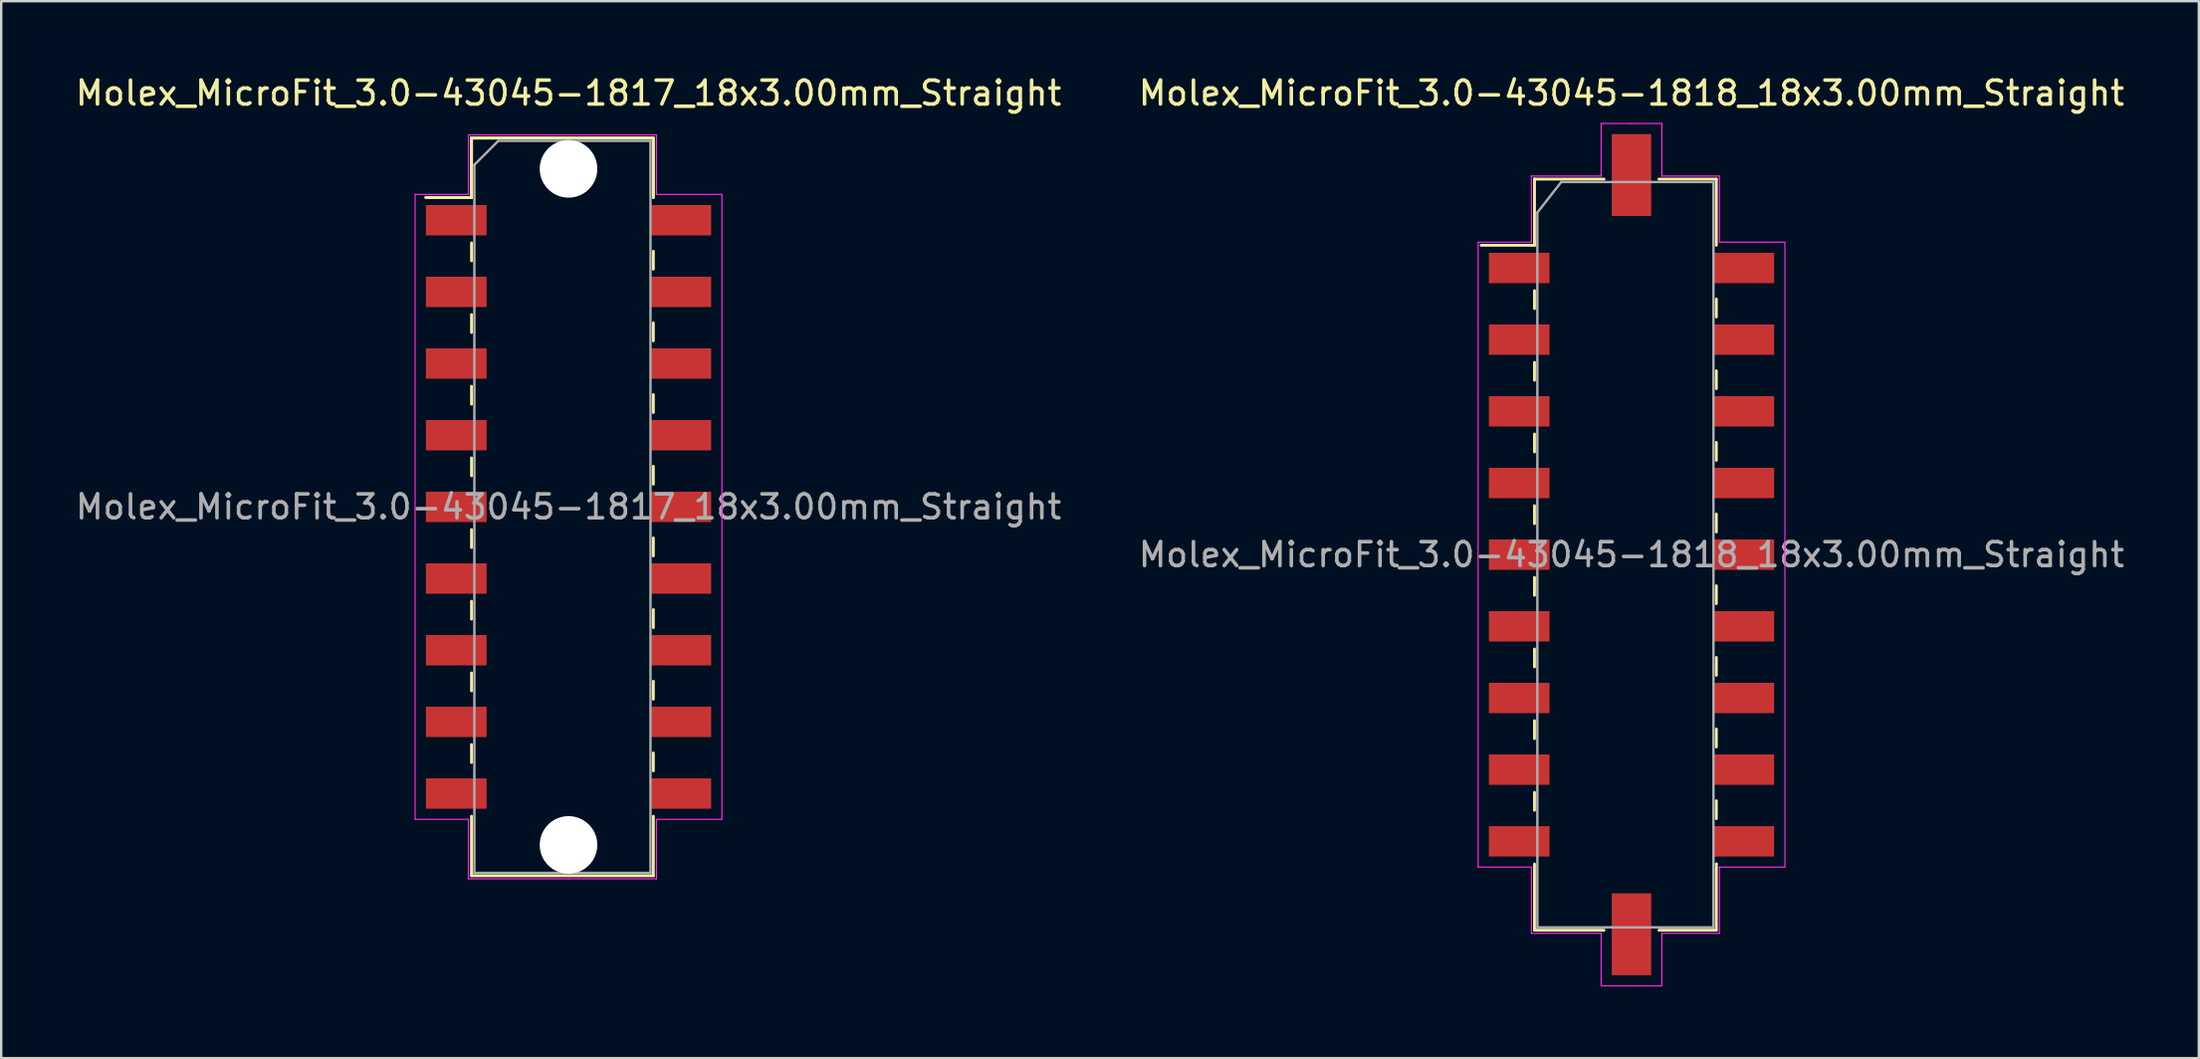
<source format=kicad_pcb>
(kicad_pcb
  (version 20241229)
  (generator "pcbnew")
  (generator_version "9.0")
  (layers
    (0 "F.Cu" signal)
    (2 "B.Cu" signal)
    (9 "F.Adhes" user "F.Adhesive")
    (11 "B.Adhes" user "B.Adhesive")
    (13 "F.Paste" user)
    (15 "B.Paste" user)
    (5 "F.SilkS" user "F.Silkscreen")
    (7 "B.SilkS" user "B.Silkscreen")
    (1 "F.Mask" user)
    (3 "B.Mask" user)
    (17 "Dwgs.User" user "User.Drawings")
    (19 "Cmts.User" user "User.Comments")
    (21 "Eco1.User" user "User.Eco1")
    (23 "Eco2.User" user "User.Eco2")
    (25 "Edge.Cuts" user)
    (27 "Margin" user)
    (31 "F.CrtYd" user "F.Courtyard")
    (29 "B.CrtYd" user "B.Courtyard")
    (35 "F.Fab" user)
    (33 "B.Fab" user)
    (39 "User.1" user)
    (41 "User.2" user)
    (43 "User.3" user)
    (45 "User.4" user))
  (footprint "Molex_MicroFit_3.0-43045-1817_18x3.00mm_Straight"
    (layer "F.Cu")
    (at 20.744 18.168)
    (property "Reference" "Molex_MicroFit_3.0-43045-1817_18x3.00mm_Straight" (at 0 -17.32 0) (layer "F.SilkS") (effects (font (size 1 1) (thickness 0.15))))
    (attr smd)
    (fp_line (start -5.97 -12.95) (end -4.06 -12.95) (stroke (width 0.12) (type solid)) (layer "F.SilkS"))
    (fp_line (start -5.97 -12.95) (end -4.06 -12.95) (stroke (width 0.12) (type solid)) (layer "F.SilkS"))
    (fp_line (start -4.06 -15.44) (end 3.55 -15.44) (stroke (width 0.12) (type solid)) (layer "F.SilkS"))
    (fp_line (start -4.06 -15.44) (end 3.55 -15.44) (stroke (width 0.12) (type solid)) (layer "F.SilkS"))
    (fp_line (start -4.06 -12.95) (end -4.06 -15.44) (stroke (width 0.12) (type solid)) (layer "F.SilkS"))
    (fp_line (start -4.06 -12.95) (end -4.06 -15.44) (stroke (width 0.12) (type solid)) (layer "F.SilkS"))
    (fp_line (start -4.06 -11.05) (end -4.06 -10.3) (stroke (width 0.12) (type solid)) (layer "F.SilkS"))
    (fp_line (start -4.06 -8.05) (end -4.06 -7.3) (stroke (width 0.12) (type solid)) (layer "F.SilkS"))
    (fp_line (start -4.06 -5.05) (end -4.06 -4.3) (stroke (width 0.12) (type solid)) (layer "F.SilkS"))
    (fp_line (start -4.06 -2.05) (end -4.06 -1.3) (stroke (width 0.12) (type solid)) (layer "F.SilkS"))
    (fp_line (start -4.06 0.95) (end -4.06 1.7) (stroke (width 0.12) (type solid)) (layer "F.SilkS"))
    (fp_line (start -4.06 3.95) (end -4.06 4.7) (stroke (width 0.12) (type solid)) (layer "F.SilkS"))
    (fp_line (start -4.06 6.95) (end -4.06 7.7) (stroke (width 0.12) (type solid)) (layer "F.SilkS"))
    (fp_line (start -4.06 9.95) (end -4.06 10.7) (stroke (width 0.12) (type solid)) (layer "F.SilkS"))
    (fp_line (start -4.06 15.44) (end -4.06 12.95) (stroke (width 0.12) (type solid)) (layer "F.SilkS"))
    (fp_line (start 3.55 -15.44) (end 3.55 -12.95) (stroke (width 0.12) (type solid)) (layer "F.SilkS"))
    (fp_line (start 3.55 -15.44) (end 3.55 -12.95) (stroke (width 0.12) (type solid)) (layer "F.SilkS"))
    (fp_line (start 3.55 -9.95) (end 3.55 -10.7) (stroke (width 0.12) (type solid)) (layer "F.SilkS"))
    (fp_line (start 3.55 -6.95) (end 3.55 -7.7) (stroke (width 0.12) (type solid)) (layer "F.SilkS"))
    (fp_line (start 3.55 -3.95) (end 3.55 -4.7) (stroke (width 0.12) (type solid)) (layer "F.SilkS"))
    (fp_line (start 3.55 -0.95) (end 3.55 -1.7) (stroke (width 0.12) (type solid)) (layer "F.SilkS"))
    (fp_line (start 3.55 2.05) (end 3.55 1.3) (stroke (width 0.12) (type solid)) (layer "F.SilkS"))
    (fp_line (start 3.55 5.05) (end 3.55 4.3) (stroke (width 0.12) (type solid)) (layer "F.SilkS"))
    (fp_line (start 3.55 8.05) (end 3.55 7.3) (stroke (width 0.12) (type solid)) (layer "F.SilkS"))
    (fp_line (start 3.55 11.05) (end 3.55 10.3) (stroke (width 0.12) (type solid)) (layer "F.SilkS"))
    (fp_line (start 3.55 12.95) (end 3.55 15.44) (stroke (width 0.12) (type solid)) (layer "F.SilkS"))
    (fp_line (start 3.55 15.44) (end -4.06 15.44) (stroke (width 0.12) (type solid)) (layer "F.SilkS"))
    (fp_line (start -6.42 -13.08) (end -4.19 -13.08) (stroke (width 0.05) (type solid)) (layer "F.CrtYd"))
    (fp_line (start -6.42 13.08) (end -6.42 -13.08) (stroke (width 0.05) (type solid)) (layer "F.CrtYd"))
    (fp_line (start -4.19 -15.57) (end 0 -15.57) (stroke (width 0.05) (type solid)) (layer "F.CrtYd"))
    (fp_line (start -4.19 -13.08) (end -4.19 -15.57) (stroke (width 0.05) (type solid)) (layer "F.CrtYd"))
    (fp_line (start -4.19 13.08) (end -6.42 13.08) (stroke (width 0.05) (type solid)) (layer "F.CrtYd"))
    (fp_line (start -4.19 15.57) (end -4.19 13.08) (stroke (width 0.05) (type solid)) (layer "F.CrtYd"))
    (fp_line (start 0 -15.57) (end 3.68 -15.57) (stroke (width 0.05) (type solid)) (layer "F.CrtYd"))
    (fp_line (start 0 15.57) (end -4.19 15.57) (stroke (width 0.05) (type solid)) (layer "F.CrtYd"))
    (fp_line (start 3.68 -15.57) (end 3.68 -13.08) (stroke (width 0.05) (type solid)) (layer "F.CrtYd"))
    (fp_line (start 3.68 -13.08) (end 6.42 -13.08) (stroke (width 0.05) (type solid)) (layer "F.CrtYd"))
    (fp_line (start 3.68 13.08) (end 3.68 15.57) (stroke (width 0.05) (type solid)) (layer "F.CrtYd"))
    (fp_line (start 3.68 15.57) (end 0 15.57) (stroke (width 0.05) (type solid)) (layer "F.CrtYd"))
    (fp_line (start 6.42 -13.08) (end 6.42 13.08) (stroke (width 0.05) (type solid)) (layer "F.CrtYd"))
    (fp_line (start 6.42 13.08) (end 3.68 13.08) (stroke (width 0.05) (type solid)) (layer "F.CrtYd"))
    (fp_line (start -3.94 -14.32) (end -2.94 -15.32) (stroke (width 0.1) (type solid)) (layer "F.Fab"))
    (fp_line (start -3.94 15.32) (end -3.94 -14.32) (stroke (width 0.1) (type solid)) (layer "F.Fab"))
    (fp_line (start -2.94 -15.32) (end 0 -15.32) (stroke (width 0.1) (type solid)) (layer "F.Fab"))
    (fp_line (start 0 -15.32) (end 3.43 -15.32) (stroke (width 0.1) (type solid)) (layer "F.Fab"))
    (fp_line (start 0 15.32) (end -3.94 15.32) (stroke (width 0.1) (type solid)) (layer "F.Fab"))
    (fp_line (start 3.43 -15.32) (end 3.43 15.32) (stroke (width 0.1) (type solid)) (layer "F.Fab"))
    (fp_line (start 3.43 15.32) (end 0 15.32) (stroke (width 0.1) (type solid)) (layer "F.Fab"))
    (fp_text user "${REFERENCE}" (at 0 0 0) (layer "F.Fab") (effects (font (size 1 1) (thickness 0.15))))
    (pad "" np_thru_hole circle (at 0 -14.15) (size 2.41 2.41) (drill 2.41) (layers "*.Cu"))
    (pad "" np_thru_hole circle (at 0 14.15) (size 2.41 2.41) (drill 2.41) (layers "*.Cu"))
    (pad "1" smd rect (at -4.7 -12) (size 2.54 1.27) (layers "F.Cu" "F.Mask" "F.Paste"))
    (pad "2" smd rect (at -4.7 -9) (size 2.54 1.27) (layers "F.Cu" "F.Mask" "F.Paste"))
    (pad "3" smd rect (at -4.7 -6) (size 2.54 1.27) (layers "F.Cu" "F.Mask" "F.Paste"))
    (pad "4" smd rect (at -4.7 -3) (size 2.54 1.27) (layers "F.Cu" "F.Mask" "F.Paste"))
    (pad "5" smd rect (at -4.7 0) (size 2.54 1.27) (layers "F.Cu" "F.Mask" "F.Paste"))
    (pad "6" smd rect (at -4.7 3) (size 2.54 1.27) (layers "F.Cu" "F.Mask" "F.Paste"))
    (pad "7" smd rect (at -4.7 6) (size 2.54 1.27) (layers "F.Cu" "F.Mask" "F.Paste"))
    (pad "8" smd rect (at -4.7 9) (size 2.54 1.27) (layers "F.Cu" "F.Mask" "F.Paste"))
    (pad "9" smd rect (at -4.7 12) (size 2.54 1.27) (layers "F.Cu" "F.Mask" "F.Paste"))
    (pad "10" smd rect (at 4.7 12) (size 2.54 1.27) (layers "F.Cu" "F.Mask" "F.Paste"))
    (pad "11" smd rect (at 4.7 9) (size 2.54 1.27) (layers "F.Cu" "F.Mask" "F.Paste"))
    (pad "12" smd rect (at 4.7 6) (size 2.54 1.27) (layers "F.Cu" "F.Mask" "F.Paste"))
    (pad "13" smd rect (at 4.7 3) (size 2.54 1.27) (layers "F.Cu" "F.Mask" "F.Paste"))
    (pad "14" smd rect (at 4.7 0) (size 2.54 1.27) (layers "F.Cu" "F.Mask" "F.Paste"))
    (pad "15" smd rect (at 4.7 -3) (size 2.54 1.27) (layers "F.Cu" "F.Mask" "F.Paste"))
    (pad "16" smd rect (at 4.7 -6) (size 2.54 1.27) (layers "F.Cu" "F.Mask" "F.Paste"))
    (pad "17" smd rect (at 4.7 -9) (size 2.54 1.27) (layers "F.Cu" "F.Mask" "F.Paste"))
    (pad "18" smd rect (at 4.7 -12) (size 2.54 1.27) (layers "F.Cu" "F.Mask" "F.Paste")))
  (footprint "Molex_MicroFit_3.0-43045-1818_18x3.00mm_Straight"
    (layer "F.Cu")
    (at 65.232 20.168)
    (property "Reference" "Molex_MicroFit_3.0-43045-1818_18x3.00mm_Straight" (at 0 -19.32 0) (layer "F.SilkS") (effects (font (size 1 1) (thickness 0.15))))
    (attr smd)
    (fp_line (start -6.29 -12.95) (end -4.06 -12.95) (stroke (width 0.12) (type solid)) (layer "F.SilkS"))
    (fp_line (start -4.06 -15.72) (end -4.06 -15.72) (stroke (width 0.12) (type solid)) (layer "F.SilkS"))
    (fp_line (start -4.06 -15.72) (end -1.15 -15.72) (stroke (width 0.12) (type solid)) (layer "F.SilkS"))
    (fp_line (start -4.06 -12.95) (end -4.06 -15.72) (stroke (width 0.12) (type solid)) (layer "F.SilkS"))
    (fp_line (start -4.06 -11.05) (end -4.06 -10.3) (stroke (width 0.12) (type solid)) (layer "F.SilkS"))
    (fp_line (start -4.06 -8.05) (end -4.06 -7.3) (stroke (width 0.12) (type solid)) (layer "F.SilkS"))
    (fp_line (start -4.06 -5.05) (end -4.06 -4.3) (stroke (width 0.12) (type solid)) (layer "F.SilkS"))
    (fp_line (start -4.06 -2.05) (end -4.06 -1.3) (stroke (width 0.12) (type solid)) (layer "F.SilkS"))
    (fp_line (start -4.06 0.95) (end -4.06 1.7) (stroke (width 0.12) (type solid)) (layer "F.SilkS"))
    (fp_line (start -4.06 3.95) (end -4.06 4.7) (stroke (width 0.12) (type solid)) (layer "F.SilkS"))
    (fp_line (start -4.06 6.95) (end -4.06 7.7) (stroke (width 0.12) (type solid)) (layer "F.SilkS"))
    (fp_line (start -4.06 9.95) (end -4.06 10.7) (stroke (width 0.12) (type solid)) (layer "F.SilkS"))
    (fp_line (start -4.06 15.72) (end -4.06 12.95) (stroke (width 0.12) (type solid)) (layer "F.SilkS"))
    (fp_line (start -1.15 15.72) (end -4.06 15.72) (stroke (width 0.12) (type solid)) (layer "F.SilkS"))
    (fp_line (start 1.15 -15.72) (end 3.55 -15.72) (stroke (width 0.12) (type solid)) (layer "F.SilkS"))
    (fp_line (start 3.55 -15.72) (end 3.55 -12.95) (stroke (width 0.12) (type solid)) (layer "F.SilkS"))
    (fp_line (start 3.55 -9.95) (end 3.55 -10.7) (stroke (width 0.12) (type solid)) (layer "F.SilkS"))
    (fp_line (start 3.55 -6.95) (end 3.55 -7.7) (stroke (width 0.12) (type solid)) (layer "F.SilkS"))
    (fp_line (start 3.55 -3.95) (end 3.55 -4.7) (stroke (width 0.12) (type solid)) (layer "F.SilkS"))
    (fp_line (start 3.55 -0.95) (end 3.55 -1.7) (stroke (width 0.12) (type solid)) (layer "F.SilkS"))
    (fp_line (start 3.55 2.05) (end 3.55 1.3) (stroke (width 0.12) (type solid)) (layer "F.SilkS"))
    (fp_line (start 3.55 5.05) (end 3.55 4.3) (stroke (width 0.12) (type solid)) (layer "F.SilkS"))
    (fp_line (start 3.55 8.05) (end 3.55 7.3) (stroke (width 0.12) (type solid)) (layer "F.SilkS"))
    (fp_line (start 3.55 11.05) (end 3.55 10.3) (stroke (width 0.12) (type solid)) (layer "F.SilkS"))
    (fp_line (start 3.55 12.95) (end 3.55 12.95) (stroke (width 0.12) (type solid)) (layer "F.SilkS"))
    (fp_line (start 3.55 12.95) (end 3.55 15.72) (stroke (width 0.12) (type solid)) (layer "F.SilkS"))
    (fp_line (start 3.55 15.72) (end 1.15 15.72) (stroke (width 0.12) (type solid)) (layer "F.SilkS"))
    (fp_line (start -6.42 -13.08) (end -4.19 -13.08) (stroke (width 0.05) (type solid)) (layer "F.CrtYd"))
    (fp_line (start -6.42 13.08) (end -6.42 -13.08) (stroke (width 0.05) (type solid)) (layer "F.CrtYd"))
    (fp_line (start -4.19 -15.85) (end -4.19 -15.85) (stroke (width 0.05) (type solid)) (layer "F.CrtYd"))
    (fp_line (start -4.19 -15.85) (end -1.27 -15.85) (stroke (width 0.05) (type solid)) (layer "F.CrtYd"))
    (fp_line (start -4.19 -13.08) (end -4.19 -15.85) (stroke (width 0.05) (type solid)) (layer "F.CrtYd"))
    (fp_line (start -4.19 13.08) (end -6.42 13.08) (stroke (width 0.05) (type solid)) (layer "F.CrtYd"))
    (fp_line (start -4.19 15.85) (end -4.19 13.08) (stroke (width 0.05) (type solid)) (layer "F.CrtYd"))
    (fp_line (start -1.27 -18.05) (end 0 -18.05) (stroke (width 0.05) (type solid)) (layer "F.CrtYd"))
    (fp_line (start -1.27 -15.85) (end -1.27 -18.05) (stroke (width 0.05) (type solid)) (layer "F.CrtYd"))
    (fp_line (start -1.27 15.85) (end -4.19 15.85) (stroke (width 0.05) (type solid)) (layer "F.CrtYd"))
    (fp_line (start -1.27 18.05) (end -1.27 15.85) (stroke (width 0.05) (type solid)) (layer "F.CrtYd"))
    (fp_line (start 0 -18.05) (end 1.27 -18.05) (stroke (width 0.05) (type solid)) (layer "F.CrtYd"))
    (fp_line (start 0 18.05) (end -1.27 18.05) (stroke (width 0.05) (type solid)) (layer "F.CrtYd"))
    (fp_line (start 1.27 -18.05) (end 1.27 -15.85) (stroke (width 0.05) (type solid)) (layer "F.CrtYd"))
    (fp_line (start 1.27 -15.85) (end 3.68 -15.85) (stroke (width 0.05) (type solid)) (layer "F.CrtYd"))
    (fp_line (start 1.27 15.85) (end 1.27 18.05) (stroke (width 0.05) (type solid)) (layer "F.CrtYd"))
    (fp_line (start 1.27 18.05) (end 0 18.05) (stroke (width 0.05) (type solid)) (layer "F.CrtYd"))
    (fp_line (start 3.68 -15.85) (end 3.68 -13.08) (stroke (width 0.05) (type solid)) (layer "F.CrtYd"))
    (fp_line (start 3.68 -13.08) (end 6.42 -13.08) (stroke (width 0.05) (type solid)) (layer "F.CrtYd"))
    (fp_line (start 3.68 13.08) (end 3.68 13.08) (stroke (width 0.05) (type solid)) (layer "F.CrtYd"))
    (fp_line (start 3.68 13.08) (end 3.68 15.85) (stroke (width 0.05) (type solid)) (layer "F.CrtYd"))
    (fp_line (start 3.68 15.85) (end 1.27 15.85) (stroke (width 0.05) (type solid)) (layer "F.CrtYd"))
    (fp_line (start 6.42 -13.08) (end 6.42 13.08) (stroke (width 0.05) (type solid)) (layer "F.CrtYd"))
    (fp_line (start 6.42 13.08) (end 3.68 13.08) (stroke (width 0.05) (type solid)) (layer "F.CrtYd"))
    (fp_line (start -3.94 -14.32) (end -2.94 -15.6) (stroke (width 0.1) (type solid)) (layer "F.Fab"))
    (fp_line (start -3.94 12.63) (end -3.94 -14.32) (stroke (width 0.1) (type solid)) (layer "F.Fab"))
    (fp_line (start -3.94 15.6) (end -3.94 12.63) (stroke (width 0.1) (type solid)) (layer "F.Fab"))
    (fp_line (start -2.94 -15.6) (end 0 -15.6) (stroke (width 0.1) (type solid)) (layer "F.Fab"))
    (fp_line (start -0.82 15.6) (end -3.94 15.6) (stroke (width 0.1) (type solid)) (layer "F.Fab"))
    (fp_line (start 0 -15.6) (end 3.43 -15.6) (stroke (width 0.1) (type solid)) (layer "F.Fab"))
    (fp_line (start 3.43 -15.6) (end 3.43 -12.63) (stroke (width 0.1) (type solid)) (layer "F.Fab"))
    (fp_line (start 3.43 -12.63) (end 3.43 12.63) (stroke (width 0.1) (type solid)) (layer "F.Fab"))
    (fp_line (start 3.43 12.63) (end 3.43 15.6) (stroke (width 0.1) (type solid)) (layer "F.Fab"))
    (fp_line (start 3.43 15.6) (end -0.82 15.6) (stroke (width 0.1) (type solid)) (layer "F.Fab"))
    (fp_text user "${REFERENCE}" (at 0 0 0) (layer "F.Fab") (effects (font (size 1 1) (thickness 0.15))))
    (pad "" smd rect (at 0 -15.89) (size 1.65 3.43) (layers "F.Cu" "F.Mask" "F.Paste"))
    (pad "" smd rect (at 0 15.89) (size 1.65 3.43) (layers "F.Cu" "F.Mask" "F.Paste"))
    (pad "1" smd rect (at -4.7 -12) (size 2.54 1.27) (layers "F.Cu" "F.Mask" "F.Paste"))
    (pad "2" smd rect (at -4.7 -9) (size 2.54 1.27) (layers "F.Cu" "F.Mask" "F.Paste"))
    (pad "3" smd rect (at -4.7 -6) (size 2.54 1.27) (layers "F.Cu" "F.Mask" "F.Paste"))
    (pad "4" smd rect (at -4.7 -3) (size 2.54 1.27) (layers "F.Cu" "F.Mask" "F.Paste"))
    (pad "5" smd rect (at -4.7 0) (size 2.54 1.27) (layers "F.Cu" "F.Mask" "F.Paste"))
    (pad "6" smd rect (at -4.7 3) (size 2.54 1.27) (layers "F.Cu" "F.Mask" "F.Paste"))
    (pad "7" smd rect (at -4.7 6) (size 2.54 1.27) (layers "F.Cu" "F.Mask" "F.Paste"))
    (pad "8" smd rect (at -4.7 9) (size 2.54 1.27) (layers "F.Cu" "F.Mask" "F.Paste"))
    (pad "9" smd rect (at -4.7 12) (size 2.54 1.27) (layers "F.Cu" "F.Mask" "F.Paste"))
    (pad "10" smd rect (at 4.7 12) (size 2.54 1.27) (layers "F.Cu" "F.Mask" "F.Paste"))
    (pad "11" smd rect (at 4.7 9) (size 2.54 1.27) (layers "F.Cu" "F.Mask" "F.Paste"))
    (pad "12" smd rect (at 4.7 6) (size 2.54 1.27) (layers "F.Cu" "F.Mask" "F.Paste"))
    (pad "13" smd rect (at 4.7 3) (size 2.54 1.27) (layers "F.Cu" "F.Mask" "F.Paste"))
    (pad "14" smd rect (at 4.7 0) (size 2.54 1.27) (layers "F.Cu" "F.Mask" "F.Paste"))
    (pad "15" smd rect (at 4.7 -3) (size 2.54 1.27) (layers "F.Cu" "F.Mask" "F.Paste"))
    (pad "16" smd rect (at 4.7 -6) (size 2.54 1.27) (layers "F.Cu" "F.Mask" "F.Paste"))
    (pad "17" smd rect (at 4.7 -9) (size 2.54 1.27) (layers "F.Cu" "F.Mask" "F.Paste"))
    (pad "18" smd rect (at 4.7 -12) (size 2.54 1.27) (layers "F.Cu" "F.Mask" "F.Paste")))
  (gr_rect
    (start -3 -3)
    (end 88.976 41.243)
    (stroke (width 0.1) (type default))
    (fill no)
    (layer "Edge.Cuts")))
</source>
